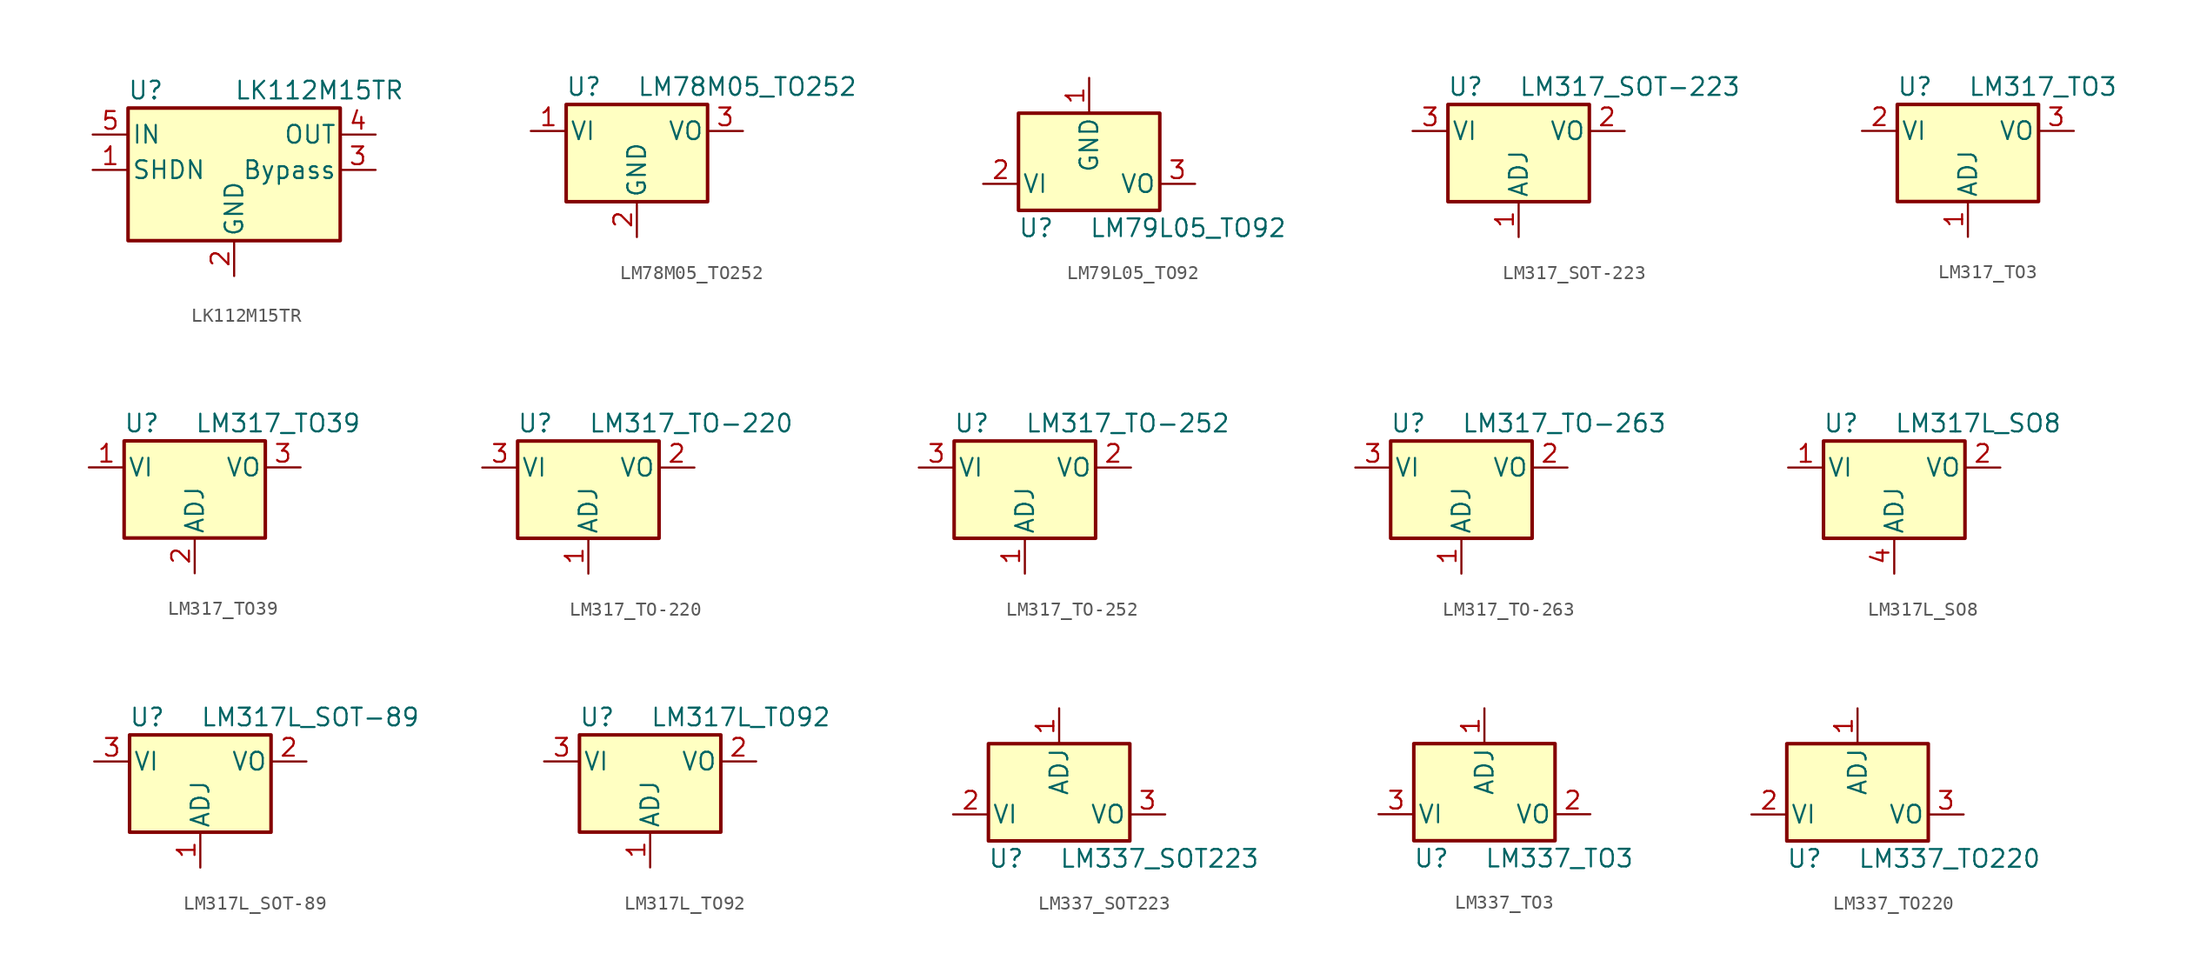
<source format=kicad_sym>
(kicad_symbol_lib
  (version 20220914)
  (generator kicad_symbol_editor)
  (symbol "LK112M15TR"
    (pin_names
      (offset 0.254))
    (property "Reference" "U"
      (at -6.35 5.715 0)
      (effects (font (size 1.27 1.27))))
    (property "Value" "LK112M15TR"
      (at 0 5.715 0)
      (effects (font (size 1.27 1.27)) (justify left)))
    (symbol "LK112M15TR_0_1"
      (rectangle (start -7.62 4.445) (end 7.62 -5.08) (stroke (width 0.254) (type solid)) (fill (type background))))
    (symbol "LK112M15TR_1_1"
      (pin input line (at -10.16 0 0) (length 2.54) (name "SHDN" (effects (font (size 1.27 1.27)))) (number "1" (effects (font (size 1.27 1.27)))))
      (pin power_in line (at 0 -7.62 90) (length 2.54) (name "GND" (effects (font (size 1.27 1.27)))) (number "2" (effects (font (size 1.27 1.27)))))
      (pin passive line (at 10.16 0 180) (length 2.54) (name "Bypass" (effects (font (size 1.27 1.27)))) (number "3" (effects (font (size 1.27 1.27)))))
      (pin power_out line (at 10.16 2.54 180) (length 2.54) (name "OUT" (effects (font (size 1.27 1.27)))) (number "4" (effects (font (size 1.27 1.27)))))
      (pin power_in line (at -10.16 2.54 0) (length 2.54) (name "IN" (effects (font (size 1.27 1.27)))) (number "5" (effects (font (size 1.27 1.27)))))))
  (symbol "LM78M05_TO252"
    (pin_names
      (offset 0.254))
    (property "Reference" "U"
      (at -3.81 3.175 0)
      (effects (font (size 1.27 1.27))))
    (property "Value" "LM78M05_TO252"
      (at 0 3.175 0)
      (effects (font (size 1.27 1.27)) (justify left)))
    (symbol "LM78M05_TO252_0_1"
      (rectangle (start -5.08 1.905) (end 5.08 -5.08) (stroke (width 0.254) (type solid)) (fill (type background))))
    (symbol "LM78M05_TO252_1_1"
      (pin power_in line (at -7.62 0 0) (length 2.54) (name "VI" (effects (font (size 1.27 1.27)))) (number "1" (effects (font (size 1.27 1.27)))))
      (pin power_in line (at 0 -7.62 90) (length 2.54) (name "GND" (effects (font (size 1.27 1.27)))) (number "2" (effects (font (size 1.27 1.27)))))
      (pin power_out line (at 7.62 0 180) (length 2.54) (name "VO" (effects (font (size 1.27 1.27)))) (number "3" (effects (font (size 1.27 1.27)))))))
  (symbol "LM79L05_TO92"
    (pin_names
      (offset 0.254))
    (property "Reference" "U"
      (at -3.81 -3.175 0)
      (effects (font (size 1.27 1.27))))
    (property "Value" "LM79L05_TO92"
      (at 0 -3.175 0)
      (effects (font (size 1.27 1.27)) (justify left)))
    (symbol "LM79L05_TO92_0_1"
      (rectangle (start -5.08 5.08) (end 5.08 -1.905) (stroke (width 0.254) (type solid)) (fill (type background))))
    (symbol "LM79L05_TO92_1_1"
      (pin power_in line (at 0 7.62 270) (length 2.54) (name "GND" (effects (font (size 1.27 1.27)))) (number "1" (effects (font (size 1.27 1.27)))))
      (pin power_in line (at -7.62 0 0) (length 2.54) (name "VI" (effects (font (size 1.27 1.27)))) (number "2" (effects (font (size 1.27 1.27)))))
      (pin power_out line (at 7.62 0 180) (length 2.54) (name "VO" (effects (font (size 1.27 1.27)))) (number "3" (effects (font (size 1.27 1.27)))))))
  (symbol "LM317_SOT-223"
    (pin_names
      (offset 0.254))
    (property "Reference" "U"
      (at -3.81 3.175 0)
      (effects (font (size 1.27 1.27))))
    (property "Value" "LM317_SOT-223"
      (at 0 3.175 0)
      (effects (font (size 1.27 1.27)) (justify left)))
    (symbol "LM317_SOT-223_0_1"
      (rectangle (start -5.08 1.905) (end 5.08 -5.08) (stroke (width 0.254) (type solid)) (fill (type background))))
    (symbol "LM317_SOT-223_1_1"
      (pin input line (at 0 -7.62 90) (length 2.54) (name "ADJ" (effects (font (size 1.27 1.27)))) (number "1" (effects (font (size 1.27 1.27)))))
      (pin power_out line (at 7.62 0 180) (length 2.54) (name "VO" (effects (font (size 1.27 1.27)))) (number "2" (effects (font (size 1.27 1.27)))))
      (pin power_in line (at -7.62 0 0) (length 2.54) (name "VI" (effects (font (size 1.27 1.27)))) (number "3" (effects (font (size 1.27 1.27)))))))
  (symbol "LM317_TO3"
    (pin_names
      (offset 0.254))
    (property "Reference" "U"
      (at -3.81 3.175 0)
      (effects (font (size 1.27 1.27))))
    (property "Value" "LM317_TO3"
      (at 0 3.175 0)
      (effects (font (size 1.27 1.27)) (justify left)))
    (symbol "LM317_TO3_0_1"
      (rectangle (start -5.08 1.905) (end 5.08 -5.08) (stroke (width 0.254) (type solid)) (fill (type background))))
    (symbol "LM317_TO3_1_1"
      (pin input line (at 0 -7.62 90) (length 2.54) (name "ADJ" (effects (font (size 1.27 1.27)))) (number "1" (effects (font (size 1.27 1.27)))))
      (pin power_in line (at -7.62 0 0) (length 2.54) (name "VI" (effects (font (size 1.27 1.27)))) (number "2" (effects (font (size 1.27 1.27)))))
      (pin power_out line (at 7.62 0 180) (length 2.54) (name "VO" (effects (font (size 1.27 1.27)))) (number "3" (effects (font (size 1.27 1.27)))))))
  (symbol "LM317_TO39"
    (pin_names
      (offset 0.254))
    (property "Reference" "U"
      (at -3.81 3.175 0)
      (effects (font (size 1.27 1.27))))
    (property "Value" "LM317_TO39"
      (at 0 3.175 0)
      (effects (font (size 1.27 1.27)) (justify left)))
    (symbol "LM317_TO39_0_1"
      (rectangle (start -5.08 1.905) (end 5.08 -5.08) (stroke (width 0.254) (type solid)) (fill (type background))))
    (symbol "LM317_TO39_1_1"
      (pin power_in line (at -7.62 0 0) (length 2.54) (name "VI" (effects (font (size 1.27 1.27)))) (number "1" (effects (font (size 1.27 1.27)))))
      (pin input line (at 0 -7.62 90) (length 2.54) (name "ADJ" (effects (font (size 1.27 1.27)))) (number "2" (effects (font (size 1.27 1.27)))))
      (pin power_out line (at 7.62 0 180) (length 2.54) (name "VO" (effects (font (size 1.27 1.27)))) (number "3" (effects (font (size 1.27 1.27)))))))
  (symbol "LM317_TO-220"
    (pin_names
      (offset 0.254))
    (property "Reference" "U"
      (at -3.81 3.175 0)
      (effects (font (size 1.27 1.27))))
    (property "Value" "LM317_TO-220"
      (at 0 3.175 0)
      (effects (font (size 1.27 1.27)) (justify left)))
    (symbol "LM317_TO-220_0_1"
      (rectangle (start -5.08 1.905) (end 5.08 -5.08) (stroke (width 0.254) (type solid)) (fill (type background))))
    (symbol "LM317_TO-220_1_1"
      (pin input line (at 0 -7.62 90) (length 2.54) (name "ADJ" (effects (font (size 1.27 1.27)))) (number "1" (effects (font (size 1.27 1.27)))))
      (pin power_out line (at 7.62 0 180) (length 2.54) (name "VO" (effects (font (size 1.27 1.27)))) (number "2" (effects (font (size 1.27 1.27)))))
      (pin power_in line (at -7.62 0 0) (length 2.54) (name "VI" (effects (font (size 1.27 1.27)))) (number "3" (effects (font (size 1.27 1.27)))))))
  (symbol "LM317_TO-252"
    (pin_names
      (offset 0.254))
    (property "Reference" "U"
      (at -3.81 3.175 0)
      (effects (font (size 1.27 1.27))))
    (property "Value" "LM317_TO-252"
      (at 0 3.175 0)
      (effects (font (size 1.27 1.27)) (justify left)))
    (symbol "LM317_TO-252_0_1"
      (rectangle (start -5.08 1.905) (end 5.08 -5.08) (stroke (width 0.254) (type solid)) (fill (type background))))
    (symbol "LM317_TO-252_1_1"
      (pin input line (at 0 -7.62 90) (length 2.54) (name "ADJ" (effects (font (size 1.27 1.27)))) (number "1" (effects (font (size 1.27 1.27)))))
      (pin power_out line (at 7.62 0 180) (length 2.54) (name "VO" (effects (font (size 1.27 1.27)))) (number "2" (effects (font (size 1.27 1.27)))))
      (pin power_in line (at -7.62 0 0) (length 2.54) (name "VI" (effects (font (size 1.27 1.27)))) (number "3" (effects (font (size 1.27 1.27)))))))
  (symbol "LM317_TO-263"
    (pin_names
      (offset 0.254))
    (property "Reference" "U"
      (at -3.81 3.175 0)
      (effects (font (size 1.27 1.27))))
    (property "Value" "LM317_TO-263"
      (at 0 3.175 0)
      (effects (font (size 1.27 1.27)) (justify left)))
    (symbol "LM317_TO-263_0_1"
      (rectangle (start -5.08 1.905) (end 5.08 -5.08) (stroke (width 0.254) (type solid)) (fill (type background))))
    (symbol "LM317_TO-263_1_1"
      (pin input line (at 0 -7.62 90) (length 2.54) (name "ADJ" (effects (font (size 1.27 1.27)))) (number "1" (effects (font (size 1.27 1.27)))))
      (pin power_out line (at 7.62 0 180) (length 2.54) (name "VO" (effects (font (size 1.27 1.27)))) (number "2" (effects (font (size 1.27 1.27)))))
      (pin power_in line (at -7.62 0 0) (length 2.54) (name "VI" (effects (font (size 1.27 1.27)))) (number "3" (effects (font (size 1.27 1.27)))))))
  (symbol "LM317L_SO8"
    (pin_names
      (offset 0.254))
    (property "Reference" "U"
      (at -3.81 3.175 0)
      (effects (font (size 1.27 1.27))))
    (property "Value" "LM317L_SO8"
      (at 0 3.175 0)
      (effects (font (size 1.27 1.27)) (justify left)))
    (symbol "LM317L_SO8_0_1"
      (rectangle (start -5.08 1.905) (end 5.08 -5.08) (stroke (width 0.254) (type solid)) (fill (type background))))
    (symbol "LM317L_SO8_1_1"
      (pin power_in line (at -7.62 0 0) (length 2.54) (name "VI" (effects (font (size 1.27 1.27)))) (number "1" (effects (font (size 1.27 1.27)))))
      (pin power_out line (at 7.62 0 180) (length 2.54) (name "VO" (effects (font (size 1.27 1.27)))) (number "2" (effects (font (size 1.27 1.27)))))
      (pin passive line (at 7.62 0 180) (length 2.54) hide (name "VO" (effects (font (size 1.27 1.27)))) (number "3" (effects (font (size 1.27 1.27)))))
      (pin input line (at 0 -7.62 90) (length 2.54) (name "ADJ" (effects (font (size 1.27 1.27)))) (number "4" (effects (font (size 1.27 1.27)))))
      (pin no_connect line (at -7.62 -2.54 0) (length 2.54) hide (name "NC" (effects (font (size 1.27 1.27)))) (number "5" (effects (font (size 1.27 1.27)))))
      (pin passive line (at 7.62 0 180) (length 2.54) hide (name "VO" (effects (font (size 1.27 1.27)))) (number "6" (effects (font (size 1.27 1.27)))))
      (pin passive line (at 7.62 0 180) (length 2.54) hide (name "VO" (effects (font (size 1.27 1.27)))) (number "7" (effects (font (size 1.27 1.27)))))
      (pin no_connect line (at 7.62 -2.54 180) (length 2.54) hide (name "NC" (effects (font (size 1.27 1.27)))) (number "8" (effects (font (size 1.27 1.27)))))))
  (symbol "LM317L_SOT-89"
    (pin_names
      (offset 0.254))
    (property "Reference" "U"
      (at -3.81 3.175 0)
      (effects (font (size 1.27 1.27))))
    (property "Value" "LM317L_SOT-89"
      (at 0 3.175 0)
      (effects (font (size 1.27 1.27)) (justify left)))
    (symbol "LM317L_SOT-89_0_1"
      (rectangle (start -5.08 1.905) (end 5.08 -5.08) (stroke (width 0.254) (type solid)) (fill (type background))))
    (symbol "LM317L_SOT-89_1_1"
      (pin input line (at 0 -7.62 90) (length 2.54) (name "ADJ" (effects (font (size 1.27 1.27)))) (number "1" (effects (font (size 1.27 1.27)))))
      (pin power_out line (at 7.62 0 180) (length 2.54) (name "VO" (effects (font (size 1.27 1.27)))) (number "2" (effects (font (size 1.27 1.27)))))
      (pin power_in line (at -7.62 0 0) (length 2.54) (name "VI" (effects (font (size 1.27 1.27)))) (number "3" (effects (font (size 1.27 1.27)))))))
  (symbol "LM317L_TO92"
    (pin_names
      (offset 0.254))
    (property "Reference" "U"
      (at -3.81 3.175 0)
      (effects (font (size 1.27 1.27))))
    (property "Value" "LM317L_TO92"
      (at 0 3.175 0)
      (effects (font (size 1.27 1.27)) (justify left)))
    (symbol "LM317L_TO92_0_1"
      (rectangle (start -5.08 1.905) (end 5.08 -5.08) (stroke (width 0.254) (type solid)) (fill (type background))))
    (symbol "LM317L_TO92_1_1"
      (pin input line (at 0 -7.62 90) (length 2.54) (name "ADJ" (effects (font (size 1.27 1.27)))) (number "1" (effects (font (size 1.27 1.27)))))
      (pin power_out line (at 7.62 0 180) (length 2.54) (name "VO" (effects (font (size 1.27 1.27)))) (number "2" (effects (font (size 1.27 1.27)))))
      (pin power_in line (at -7.62 0 0) (length 2.54) (name "VI" (effects (font (size 1.27 1.27)))) (number "3" (effects (font (size 1.27 1.27)))))))
  (symbol "LM337_SOT223"
    (pin_names
      (offset 0.254))
    (property "Reference" "U"
      (at -3.81 -3.175 0)
      (effects (font (size 1.27 1.27))))
    (property "Value" "LM337_SOT223"
      (at 0 -3.175 0)
      (effects (font (size 1.27 1.27)) (justify left)))
    (symbol "LM337_SOT223_0_1"
      (rectangle (start -5.08 5.08) (end 5.08 -1.905) (stroke (width 0.254) (type solid)) (fill (type background))))
    (symbol "LM337_SOT223_1_1"
      (pin input line (at 0 7.62 270) (length 2.54) (name "ADJ" (effects (font (size 1.27 1.27)))) (number "1" (effects (font (size 1.27 1.27)))))
      (pin power_in line (at -7.62 0 0) (length 2.54) (name "VI" (effects (font (size 1.27 1.27)))) (number "2" (effects (font (size 1.27 1.27)))))
      (pin power_out line (at 7.62 0 180) (length 2.54) (name "VO" (effects (font (size 1.27 1.27)))) (number "3" (effects (font (size 1.27 1.27)))))))
  (symbol "LM337_TO3"
    (pin_names
      (offset 0.254))
    (property "Reference" "U"
      (at -3.81 -3.175 0)
      (effects (font (size 1.27 1.27))))
    (property "Value" "LM337_TO3"
      (at 0 -3.175 0)
      (effects (font (size 1.27 1.27)) (justify left)))
    (symbol "LM337_TO3_0_1"
      (rectangle (start -5.08 5.08) (end 5.08 -1.905) (stroke (width 0.254) (type solid)) (fill (type background))))
    (symbol "LM337_TO3_1_1"
      (pin input line (at 0 7.62 270) (length 2.54) (name "ADJ" (effects (font (size 1.27 1.27)))) (number "1" (effects (font (size 1.27 1.27)))))
      (pin power_out line (at 7.62 0 180) (length 2.54) (name "VO" (effects (font (size 1.27 1.27)))) (number "2" (effects (font (size 1.27 1.27)))))
      (pin power_in line (at -7.62 0 0) (length 2.54) (name "VI" (effects (font (size 1.27 1.27)))) (number "3" (effects (font (size 1.27 1.27)))))))
  (symbol "LM337_TO220"
    (pin_names
      (offset 0.254))
    (property "Reference" "U"
      (at -3.81 -3.175 0)
      (effects (font (size 1.27 1.27))))
    (property "Value" "LM337_TO220"
      (at 0 -3.175 0)
      (effects (font (size 1.27 1.27)) (justify left)))
    (symbol "LM337_TO220_0_1"
      (rectangle (start -5.08 5.08) (end 5.08 -1.905) (stroke (width 0.254) (type solid)) (fill (type background))))
    (symbol "LM337_TO220_1_1"
      (pin input line (at 0 7.62 270) (length 2.54) (name "ADJ" (effects (font (size 1.27 1.27)))) (number "1" (effects (font (size 1.27 1.27)))))
      (pin power_in line (at -7.62 0 0) (length 2.54) (name "VI" (effects (font (size 1.27 1.27)))) (number "2" (effects (font (size 1.27 1.27)))))
      (pin power_out line (at 7.62 0 180) (length 2.54) (name "VO" (effects (font (size 1.27 1.27)))) (number "3" (effects (font (size 1.27 1.27))))))))
</source>
